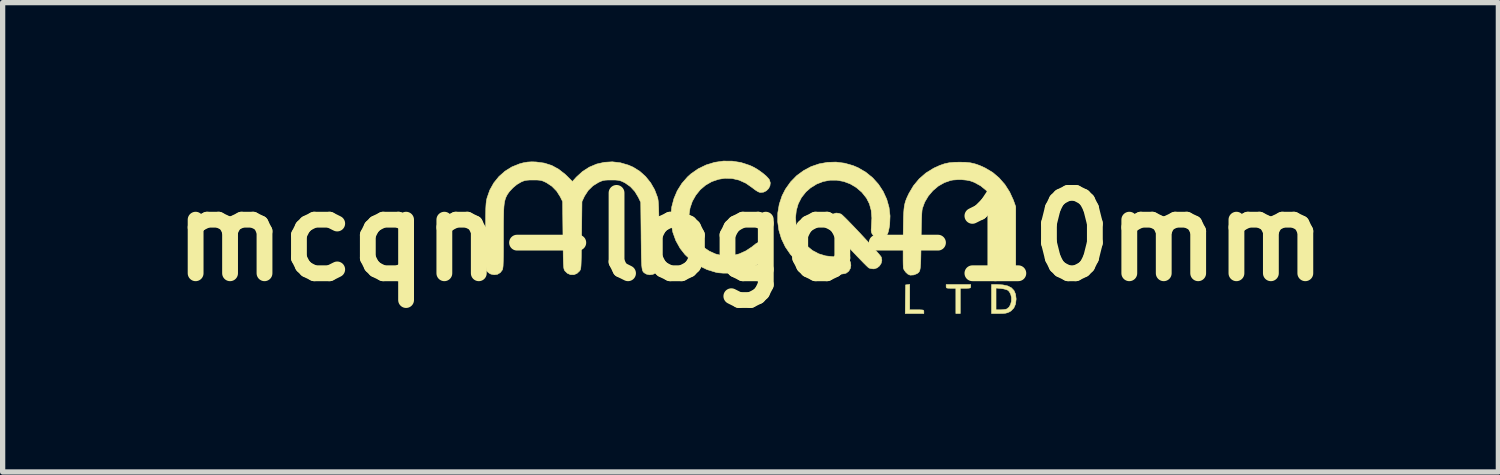
<source format=kicad_pcb>
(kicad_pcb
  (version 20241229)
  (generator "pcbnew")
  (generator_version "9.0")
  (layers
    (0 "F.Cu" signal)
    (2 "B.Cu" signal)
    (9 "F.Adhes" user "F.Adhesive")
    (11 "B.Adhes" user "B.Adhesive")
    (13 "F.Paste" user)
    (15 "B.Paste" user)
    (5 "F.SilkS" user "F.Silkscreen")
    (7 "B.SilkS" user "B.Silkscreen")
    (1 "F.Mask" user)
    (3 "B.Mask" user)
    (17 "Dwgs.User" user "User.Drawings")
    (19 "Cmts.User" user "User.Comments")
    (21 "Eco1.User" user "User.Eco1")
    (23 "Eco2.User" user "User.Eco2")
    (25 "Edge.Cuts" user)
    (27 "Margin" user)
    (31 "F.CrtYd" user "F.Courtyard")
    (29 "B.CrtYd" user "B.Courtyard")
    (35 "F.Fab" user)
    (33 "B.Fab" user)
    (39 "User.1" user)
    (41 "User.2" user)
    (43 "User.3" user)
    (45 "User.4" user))
  (footprint "mcqn-logo-10mm"
    (layer "F.Cu")
    (at 11.183 1.443)
    (property "Reference" "mcqn-logo-10mm" (at 0 0 0) (layer "F.SilkS") (effects (font (size 1.524 1.524) (thickness 0.3))))
    (attr through_hole)
    (fp_poly (pts (xy 3.02 1.383) (xy 3.154 1.383) (xy 3.216 1.383) (xy 3.255 1.385) (xy 3.277 1.389) (xy 3.286 1.398) (xy 3.288 1.412) (xy 3.288 1.418) (xy 3.288 1.453) (xy 2.935 1.453) (xy 2.938 1.182) (xy 2.942 0.91) (xy 2.981 0.906) (xy 3.02 0.901) (xy 3.02 1.383)) (stroke (width 0.01) (type solid)) (fill yes) (layer "F.SilkS"))
    (fp_poly (pts (xy 4.177 0.938) (xy 4.175 0.957) (xy 4.167 0.967) (xy 4.145 0.972) (xy 4.104 0.974) (xy 4.078 0.974) (xy 3.979 0.974) (xy 3.979 1.453) (xy 3.895 1.453) (xy 3.895 0.974) (xy 3.803 0.974) (xy 3.754 0.973) (xy 3.726 0.97) (xy 3.714 0.961) (xy 3.711 0.944) (xy 3.711 0.938) (xy 3.711 0.903) (xy 4.177 0.903) (xy 4.177 0.938)) (stroke (width 0.01) (type solid)) (fill yes) (layer "F.SilkS"))
    (fp_poly (pts (xy 4.786 0.91) (xy 4.879 0.93) (xy 4.949 0.966) (xy 4.998 1.018) (xy 5.027 1.086) (xy 5.038 1.173) (xy 5.038 1.182) (xy 5.027 1.273) (xy 4.995 1.347) (xy 4.943 1.402) (xy 4.911 1.422) (xy 4.875 1.437) (xy 4.838 1.447) (xy 4.79 1.452) (xy 4.724 1.453) (xy 4.71 1.453) (xy 4.572 1.453) (xy 4.572 1.383) (xy 4.657 1.383) (xy 4.741 1.383) (xy 4.793 1.38) (xy 4.839 1.373) (xy 4.86 1.367) (xy 4.904 1.333) (xy 4.933 1.281) (xy 4.949 1.218) (xy 4.95 1.152) (xy 4.936 1.089) (xy 4.908 1.037) (xy 4.879 1.01) (xy 4.846 0.997) (xy 4.798 0.985) (xy 4.75 0.978) (xy 4.657 0.97) (xy 4.657 1.383) (xy 4.572 1.383) (xy 4.572 0.903) (xy 4.67 0.903) (xy 4.786 0.91)) (stroke (width 0.01) (type solid)) (fill yes) (layer "F.SilkS"))
    (fp_poly (pts (xy 1.678 -0.446) (xy 1.719 -0.432) (xy 1.739 -0.416) (xy 1.775 -0.382) (xy 1.825 -0.333) (xy 1.885 -0.271) (xy 1.954 -0.2) (xy 2.027 -0.123) (xy 2.103 -0.042) (xy 2.179 0.04) (xy 2.252 0.119) (xy 2.32 0.194) (xy 2.379 0.26) (xy 2.427 0.315) (xy 2.462 0.357) (xy 2.48 0.382) (xy 2.481 0.385) (xy 2.492 0.442) (xy 2.479 0.499) (xy 2.448 0.549) (xy 2.402 0.587) (xy 2.347 0.605) (xy 2.331 0.606) (xy 2.287 0.601) (xy 2.25 0.591) (xy 2.248 0.59) (xy 2.229 0.575) (xy 2.194 0.542) (xy 2.146 0.494) (xy 2.087 0.433) (xy 2.019 0.363) (xy 1.946 0.286) (xy 1.871 0.206) (xy 1.795 0.124) (xy 1.722 0.045) (xy 1.654 -0.03) (xy 1.593 -0.098) (xy 1.544 -0.154) (xy 1.507 -0.198) (xy 1.487 -0.225) (xy 1.484 -0.23) (xy 1.474 -0.286) (xy 1.487 -0.343) (xy 1.518 -0.394) (xy 1.563 -0.432) (xy 1.617 -0.451) (xy 1.632 -0.452) (xy 1.678 -0.446)) (stroke (width 0.01) (type solid)) (fill yes) (layer "F.SilkS"))
    (fp_poly (pts (xy -0.347 -1.437) (xy -0.181 -1.411) (xy -0.019 -1.358) (xy 0.036 -1.334) (xy 0.106 -1.296) (xy 0.178 -1.249) (xy 0.246 -1.198) (xy 0.304 -1.148) (xy 0.345 -1.103) (xy 0.36 -1.081) (xy 0.376 -1.025) (xy 0.369 -0.968) (xy 0.343 -0.917) (xy 0.301 -0.875) (xy 0.249 -0.849) (xy 0.19 -0.843) (xy 0.165 -0.848) (xy 0.135 -0.862) (xy 0.093 -0.889) (xy 0.046 -0.924) (xy 0.038 -0.931) (xy -0.086 -1.018) (xy -0.216 -1.077) (xy -0.349 -1.108) (xy -0.487 -1.112) (xy -0.604 -1.093) (xy -0.734 -1.049) (xy -0.851 -0.982) (xy -0.953 -0.895) (xy -1.037 -0.791) (xy -1.103 -0.674) (xy -1.146 -0.548) (xy -1.166 -0.414) (xy -1.161 -0.276) (xy -1.157 -0.256) (xy -1.122 -0.124) (xy -1.063 -0.003) (xy -0.985 0.105) (xy -0.89 0.197) (xy -0.781 0.27) (xy -0.662 0.324) (xy -0.535 0.355) (xy -0.403 0.361) (xy -0.339 0.354) (xy -0.213 0.322) (xy -0.089 0.266) (xy 0.025 0.191) (xy 0.048 0.172) (xy 0.106 0.127) (xy 0.153 0.102) (xy 0.198 0.094) (xy 0.245 0.102) (xy 0.302 0.129) (xy 0.345 0.173) (xy 0.369 0.228) (xy 0.371 0.287) (xy 0.367 0.304) (xy 0.338 0.355) (xy 0.287 0.411) (xy 0.217 0.468) (xy 0.134 0.525) (xy 0.041 0.577) (xy -0.057 0.621) (xy -0.134 0.649) (xy -0.213 0.668) (xy -0.31 0.68) (xy -0.414 0.687) (xy -0.517 0.687) (xy -0.608 0.68) (xy -0.656 0.671) (xy -0.823 0.62) (xy -0.979 0.545) (xy -1.119 0.45) (xy -1.241 0.335) (xy -1.335 0.215) (xy -1.416 0.069) (xy -1.472 -0.086) (xy -1.503 -0.246) (xy -1.51 -0.408) (xy -1.493 -0.569) (xy -1.452 -0.725) (xy -1.389 -0.874) (xy -1.302 -1.013) (xy -1.194 -1.137) (xy -1.13 -1.195) (xy -0.991 -1.292) (xy -0.84 -1.365) (xy -0.68 -1.414) (xy -0.515 -1.438) (xy -0.347 -1.437)) (stroke (width 0.01) (type solid)) (fill yes) (layer "F.SilkS"))
    (fp_poly (pts (xy 1.785 -1.398) (xy 1.947 -1.352) (xy 2.041 -1.312) (xy 2.188 -1.226) (xy 2.317 -1.121) (xy 2.427 -0.999) (xy 2.516 -0.863) (xy 2.584 -0.715) (xy 2.628 -0.559) (xy 2.647 -0.397) (xy 2.64 -0.232) (xy 2.639 -0.229) (xy 2.629 -0.167) (xy 2.617 -0.11) (xy 2.604 -0.068) (xy 2.601 -0.059) (xy 2.564 -0.011) (xy 2.513 0.018) (xy 2.456 0.028) (xy 2.397 0.018) (xy 2.345 -0.01) (xy 2.306 -0.058) (xy 2.306 -0.059) (xy 2.293 -0.092) (xy 2.289 -0.132) (xy 2.293 -0.189) (xy 2.293 -0.196) (xy 2.302 -0.358) (xy 2.29 -0.502) (xy 2.256 -0.627) (xy 2.202 -0.733) (xy 2.202 -0.734) (xy 2.112 -0.847) (xy 2.007 -0.937) (xy 1.891 -1.006) (xy 1.768 -1.052) (xy 1.639 -1.075) (xy 1.509 -1.075) (xy 1.38 -1.051) (xy 1.256 -1.003) (xy 1.14 -0.931) (xy 1.052 -0.854) (xy 0.967 -0.747) (xy 0.906 -0.628) (xy 0.869 -0.5) (xy 0.855 -0.367) (xy 0.865 -0.232) (xy 0.899 -0.1) (xy 0.958 0.026) (xy 0.98 0.061) (xy 1.068 0.169) (xy 1.173 0.256) (xy 1.293 0.32) (xy 1.425 0.36) (xy 1.568 0.376) (xy 1.653 0.374) (xy 1.718 0.37) (xy 1.764 0.371) (xy 1.797 0.378) (xy 1.818 0.387) (xy 1.866 0.426) (xy 1.895 0.478) (xy 1.904 0.538) (xy 1.894 0.597) (xy 1.864 0.649) (xy 1.817 0.686) (xy 1.784 0.696) (xy 1.729 0.705) (xy 1.662 0.711) (xy 1.589 0.715) (xy 1.519 0.716) (xy 1.459 0.714) (xy 1.432 0.711) (xy 1.267 0.671) (xy 1.111 0.609) (xy 0.968 0.525) (xy 0.842 0.422) (xy 0.759 0.332) (xy 0.661 0.189) (xy 0.588 0.036) (xy 0.539 -0.125) (xy 0.516 -0.289) (xy 0.518 -0.455) (xy 0.546 -0.62) (xy 0.599 -0.779) (xy 0.663 -0.905) (xy 0.761 -1.043) (xy 0.876 -1.161) (xy 1.007 -1.257) (xy 1.149 -1.333) (xy 1.301 -1.385) (xy 1.46 -1.414) (xy 1.622 -1.419) (xy 1.785 -1.398)) (stroke (width 0.01) (type solid)) (fill yes) (layer "F.SilkS"))
    (fp_poly (pts (xy 4.078 -1.415) (xy 4.173 -1.405) (xy 4.259 -1.385) (xy 4.348 -1.354) (xy 4.449 -1.308) (xy 4.458 -1.303) (xy 4.594 -1.222) (xy 4.717 -1.117) (xy 4.826 -0.992) (xy 4.916 -0.851) (xy 4.986 -0.698) (xy 4.991 -0.684) (xy 5.031 -0.572) (xy 5.031 0.62) (xy 4.987 0.664) (xy 4.931 0.703) (xy 4.869 0.716) (xy 4.808 0.703) (xy 4.786 0.692) (xy 4.765 0.677) (xy 4.747 0.662) (xy 4.733 0.642) (xy 4.721 0.616) (xy 4.713 0.58) (xy 4.707 0.532) (xy 4.703 0.469) (xy 4.701 0.388) (xy 4.699 0.286) (xy 4.699 0.16) (xy 4.699 0.067) (xy 4.698 -0.076) (xy 4.698 -0.193) (xy 4.696 -0.289) (xy 4.694 -0.365) (xy 4.69 -0.424) (xy 4.686 -0.47) (xy 4.681 -0.506) (xy 4.678 -0.519) (xy 4.632 -0.653) (xy 4.563 -0.775) (xy 4.473 -0.881) (xy 4.365 -0.969) (xy 4.242 -1.036) (xy 4.164 -1.064) (xy 4.096 -1.077) (xy 4.012 -1.085) (xy 3.923 -1.085) (xy 3.84 -1.079) (xy 3.796 -1.071) (xy 3.675 -1.029) (xy 3.562 -0.964) (xy 3.459 -0.877) (xy 3.372 -0.774) (xy 3.304 -0.659) (xy 3.259 -0.536) (xy 3.254 -0.503) (xy 3.249 -0.442) (xy 3.245 -0.356) (xy 3.242 -0.245) (xy 3.239 -0.111) (xy 3.236 0.045) (xy 3.236 0.071) (xy 3.234 0.214) (xy 3.232 0.332) (xy 3.23 0.427) (xy 3.227 0.502) (xy 3.223 0.559) (xy 3.218 0.602) (xy 3.211 0.634) (xy 3.202 0.656) (xy 3.19 0.672) (xy 3.176 0.684) (xy 3.159 0.696) (xy 3.157 0.697) (xy 3.096 0.721) (xy 3.031 0.725) (xy 3.023 0.723) (xy 2.984 0.705) (xy 2.945 0.669) (xy 2.913 0.625) (xy 2.899 0.589) (xy 2.898 0.564) (xy 2.896 0.516) (xy 2.895 0.445) (xy 2.895 0.357) (xy 2.895 0.254) (xy 2.895 0.14) (xy 2.896 0.018) (xy 2.896 -0.000085) (xy 2.898 -0.148) (xy 2.9 -0.271) (xy 2.902 -0.372) (xy 2.906 -0.455) (xy 2.911 -0.524) (xy 2.918 -0.581) (xy 2.928 -0.63) (xy 2.94 -0.674) (xy 2.956 -0.717) (xy 2.975 -0.761) (xy 2.999 -0.811) (xy 3.006 -0.826) (xy 3.092 -0.971) (xy 3.2 -1.101) (xy 3.327 -1.212) (xy 3.471 -1.301) (xy 3.493 -1.312) (xy 3.591 -1.356) (xy 3.68 -1.387) (xy 3.768 -1.406) (xy 3.867 -1.415) (xy 3.965 -1.417) (xy 4.078 -1.415)) (stroke (width 0.01) (type solid)) (fill yes) (layer "F.SilkS"))
    (fp_poly (pts (xy -2.467 -1.406) (xy -2.316 -1.362) (xy -2.226 -1.323) (xy -2.101 -1.245) (xy -1.99 -1.146) (xy -1.894 -1.027) (xy -1.818 -0.895) (xy -1.764 -0.753) (xy -1.757 -0.727) (xy -1.751 -0.69) (xy -1.746 -0.63) (xy -1.742 -0.551) (xy -1.739 -0.455) (xy -1.736 -0.347) (xy -1.734 -0.231) (xy -1.733 -0.109) (xy -1.733 0.015) (xy -1.734 0.137) (xy -1.735 0.253) (xy -1.738 0.36) (xy -1.741 0.455) (xy -1.745 0.534) (xy -1.749 0.593) (xy -1.755 0.628) (xy -1.757 0.635) (xy -1.796 0.682) (xy -1.85 0.71) (xy -1.911 0.719) (xy -1.972 0.706) (xy -1.989 0.697) (xy -2.007 0.686) (xy -2.022 0.675) (xy -2.034 0.662) (xy -2.044 0.644) (xy -2.052 0.618) (xy -2.058 0.582) (xy -2.063 0.534) (xy -2.066 0.47) (xy -2.069 0.389) (xy -2.071 0.288) (xy -2.072 0.164) (xy -2.074 0.015) (xy -2.074 -0.021) (xy -2.081 -0.656) (xy -2.126 -0.751) (xy -2.193 -0.862) (xy -2.278 -0.954) (xy -2.379 -1.025) (xy -2.397 -1.034) (xy -2.441 -1.055) (xy -2.478 -1.068) (xy -2.516 -1.075) (xy -2.563 -1.079) (xy -2.629 -1.079) (xy -2.638 -1.079) (xy -2.708 -1.079) (xy -2.757 -1.076) (xy -2.797 -1.069) (xy -2.834 -1.056) (xy -2.879 -1.036) (xy -2.882 -1.035) (xy -2.988 -0.969) (xy -3.077 -0.882) (xy -3.146 -0.776) (xy -3.153 -0.762) (xy -3.196 -0.67) (xy -3.203 -0.033) (xy -3.205 0.118) (xy -3.207 0.243) (xy -3.208 0.345) (xy -3.21 0.427) (xy -3.212 0.491) (xy -3.214 0.539) (xy -3.217 0.575) (xy -3.221 0.6) (xy -3.225 0.618) (xy -3.231 0.631) (xy -3.238 0.642) (xy -3.24 0.645) (xy -3.291 0.693) (xy -3.35 0.717) (xy -3.412 0.716) (xy -3.471 0.691) (xy -3.519 0.645) (xy -3.526 0.634) (xy -3.532 0.622) (xy -3.537 0.606) (xy -3.541 0.583) (xy -3.544 0.551) (xy -3.547 0.507) (xy -3.549 0.448) (xy -3.551 0.372) (xy -3.552 0.276) (xy -3.554 0.158) (xy -3.555 0.015) (xy -3.556 -0.033) (xy -3.563 -0.671) (xy -3.608 -0.762) (xy -3.676 -0.869) (xy -3.765 -0.96) (xy -3.871 -1.03) (xy -3.88 -1.034) (xy -3.924 -1.055) (xy -3.96 -1.068) (xy -3.998 -1.075) (xy -4.046 -1.079) (xy -4.112 -1.079) (xy -4.12 -1.079) (xy -4.191 -1.079) (xy -4.242 -1.075) (xy -4.282 -1.068) (xy -4.319 -1.055) (xy -4.349 -1.042) (xy -4.429 -0.995) (xy -4.506 -0.931) (xy -4.572 -0.86) (xy -4.607 -0.811) (xy -4.625 -0.779) (xy -4.64 -0.747) (xy -4.652 -0.713) (xy -4.662 -0.674) (xy -4.67 -0.628) (xy -4.676 -0.57) (xy -4.68 -0.5) (xy -4.682 -0.412) (xy -4.684 -0.306) (xy -4.685 -0.177) (xy -4.685 -0.023) (xy -4.685 -0.003) (xy -4.685 0.145) (xy -4.685 0.267) (xy -4.686 0.366) (xy -4.688 0.445) (xy -4.69 0.506) (xy -4.692 0.552) (xy -4.696 0.585) (xy -4.7 0.608) (xy -4.705 0.624) (xy -4.706 0.626) (xy -4.745 0.677) (xy -4.798 0.709) (xy -4.86 0.718) (xy -4.924 0.705) (xy -4.949 0.692) (xy -4.983 0.666) (xy -5.007 0.639) (xy -5.009 0.637) (xy -5.013 0.614) (xy -5.016 0.563) (xy -5.019 0.485) (xy -5.021 0.378) (xy -5.023 0.244) (xy -5.023 0.083) (xy -5.024 -0.011) (xy -5.023 -0.161) (xy -5.023 -0.286) (xy -5.023 -0.389) (xy -5.021 -0.472) (xy -5.02 -0.539) (xy -5.017 -0.592) (xy -5.014 -0.634) (xy -5.01 -0.669) (xy -5.005 -0.699) (xy -4.999 -0.727) (xy -4.996 -0.739) (xy -4.944 -0.888) (xy -4.868 -1.024) (xy -4.771 -1.144) (xy -4.656 -1.246) (xy -4.524 -1.328) (xy -4.379 -1.386) (xy -4.309 -1.405) (xy -4.229 -1.419) (xy -4.147 -1.424) (xy -4.065 -1.421) (xy -3.911 -1.4) (xy -3.769 -1.355) (xy -3.639 -1.284) (xy -3.516 -1.188) (xy -3.484 -1.158) (xy -3.377 -1.051) (xy -3.302 -1.134) (xy -3.186 -1.24) (xy -3.057 -1.323) (xy -2.917 -1.382) (xy -2.771 -1.415) (xy -2.62 -1.424) (xy -2.467 -1.406)) (stroke (width 0.01) (type solid)) (fill yes) (layer "F.SilkS")))
  (gr_rect
    (start -3 -3)
    (end 25.367 5.901)
    (stroke (width 0.1) (type default))
    (fill no)
    (layer "Edge.Cuts")))
</source>
